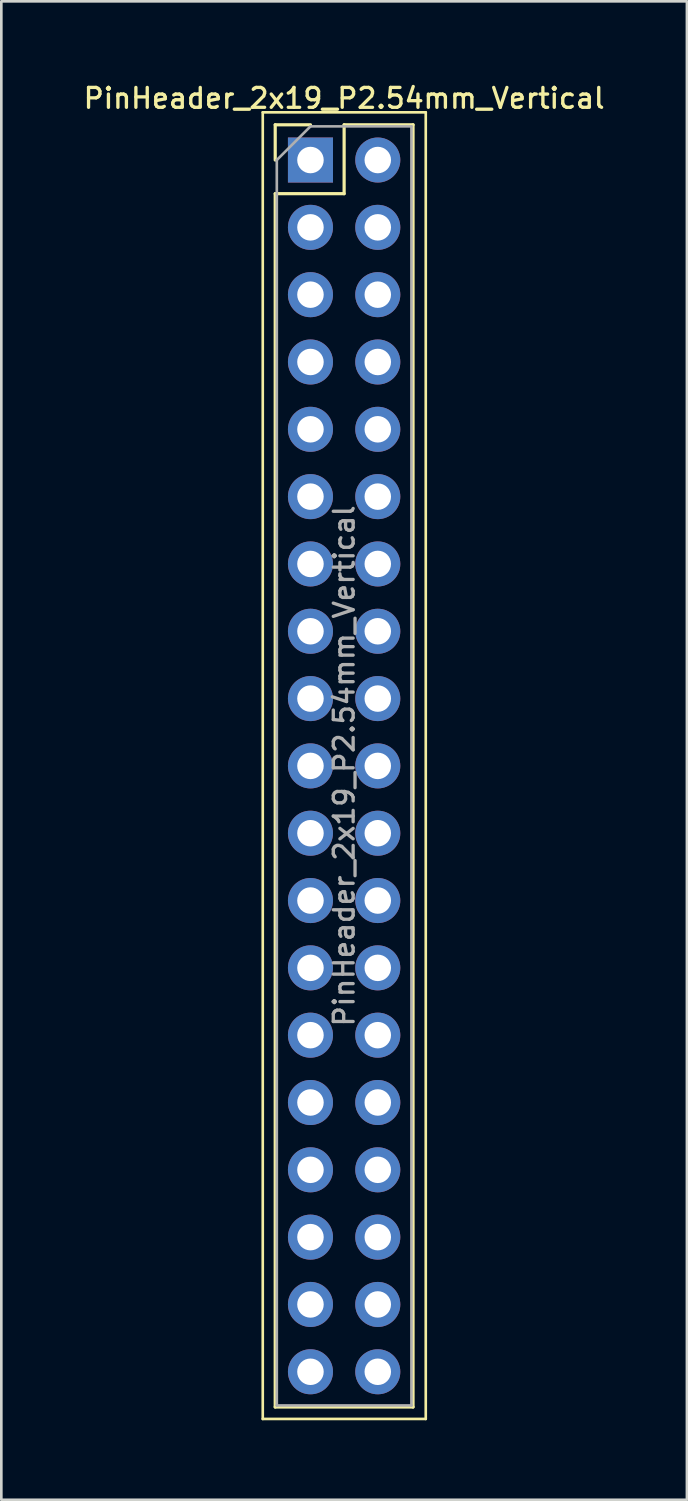
<source format=kicad_pcb>
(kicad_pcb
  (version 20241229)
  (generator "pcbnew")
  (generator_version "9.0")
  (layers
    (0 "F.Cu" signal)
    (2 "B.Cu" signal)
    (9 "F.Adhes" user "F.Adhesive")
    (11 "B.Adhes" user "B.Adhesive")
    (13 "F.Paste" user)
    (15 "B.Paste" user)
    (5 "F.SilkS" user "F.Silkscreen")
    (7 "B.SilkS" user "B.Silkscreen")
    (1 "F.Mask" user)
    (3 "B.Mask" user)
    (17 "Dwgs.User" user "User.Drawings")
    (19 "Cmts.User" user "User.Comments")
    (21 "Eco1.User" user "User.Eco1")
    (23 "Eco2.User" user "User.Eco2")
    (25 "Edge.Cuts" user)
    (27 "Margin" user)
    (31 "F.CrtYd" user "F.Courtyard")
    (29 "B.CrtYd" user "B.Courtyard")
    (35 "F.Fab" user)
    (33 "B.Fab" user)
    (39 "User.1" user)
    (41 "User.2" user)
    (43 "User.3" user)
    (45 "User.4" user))
  (footprint "PinHeader_2x19_P2.54mm_Vertical"
    (layer "F.Cu")
    (at 8.664 2.988)
    (property "Reference" "PinHeader_2x19_P2.54mm_Vertical" (at 1.27 -2.33 0) (layer "F.SilkS") (effects (font (size 0.75 0.75) (thickness 0.125))))
    (attr through_hole)
    (fp_line (start -1.8 -1.8) (end -1.8 47.5) (stroke (width 0.1) (type solid)) (layer "F.SilkS"))
    (fp_line (start -1.8 47.5) (end 4.35 47.5) (stroke (width 0.1) (type solid)) (layer "F.SilkS"))
    (fp_line (start -1.33 -1.33) (end 0 -1.33) (stroke (width 0.12) (type solid)) (layer "F.SilkS"))
    (fp_line (start -1.33 0) (end -1.33 -1.33) (stroke (width 0.12) (type solid)) (layer "F.SilkS"))
    (fp_line (start -1.33 1.27) (end -1.33 47.05) (stroke (width 0.12) (type solid)) (layer "F.SilkS"))
    (fp_line (start -1.33 1.27) (end 1.27 1.27) (stroke (width 0.12) (type solid)) (layer "F.SilkS"))
    (fp_line (start -1.33 47.05) (end 3.87 47.05) (stroke (width 0.12) (type solid)) (layer "F.SilkS"))
    (fp_line (start 1.27 -1.33) (end 3.87 -1.33) (stroke (width 0.12) (type solid)) (layer "F.SilkS"))
    (fp_line (start 1.27 1.27) (end 1.27 -1.33) (stroke (width 0.12) (type solid)) (layer "F.SilkS"))
    (fp_line (start 3.87 -1.33) (end 3.87 47.05) (stroke (width 0.12) (type solid)) (layer "F.SilkS"))
    (fp_line (start 4.35 -1.8) (end -1.8 -1.8) (stroke (width 0.1) (type solid)) (layer "F.SilkS"))
    (fp_line (start 4.35 47.5) (end 4.35 -1.8) (stroke (width 0.1) (type solid)) (layer "F.SilkS"))
    (fp_line (start -1.27 0) (end 0 -1.27) (stroke (width 0.1) (type solid)) (layer "F.Fab"))
    (fp_line (start -1.27 46.99) (end -1.27 0) (stroke (width 0.1) (type solid)) (layer "F.Fab"))
    (fp_line (start 0 -1.27) (end 3.81 -1.27) (stroke (width 0.1) (type solid)) (layer "F.Fab"))
    (fp_line (start 3.81 -1.27) (end 3.81 46.99) (stroke (width 0.1) (type solid)) (layer "F.Fab"))
    (fp_line (start 3.81 46.99) (end -1.27 46.99) (stroke (width 0.1) (type solid)) (layer "F.Fab"))
    (fp_text user "${REFERENCE}" (at 1.27 22.86 90) (layer "F.Fab") (effects (font (size 0.75 0.75) (thickness 0.125))))
    (pad "1" thru_hole rect (at 0 0) (size 1.7 1.7) (drill 1) (layers "*.Cu" "*.Mask"))
    (pad "2" thru_hole oval (at 2.54 0) (size 1.7 1.7) (drill 1) (layers "*.Cu" "*.Mask"))
    (pad "3" thru_hole oval (at 0 2.54) (size 1.7 1.7) (drill 1) (layers "*.Cu" "*.Mask"))
    (pad "4" thru_hole oval (at 2.54 2.54) (size 1.7 1.7) (drill 1) (layers "*.Cu" "*.Mask"))
    (pad "5" thru_hole oval (at 0 5.08) (size 1.7 1.7) (drill 1) (layers "*.Cu" "*.Mask"))
    (pad "6" thru_hole oval (at 2.54 5.08) (size 1.7 1.7) (drill 1) (layers "*.Cu" "*.Mask"))
    (pad "7" thru_hole oval (at 0 7.62) (size 1.7 1.7) (drill 1) (layers "*.Cu" "*.Mask"))
    (pad "8" thru_hole oval (at 2.54 7.62) (size 1.7 1.7) (drill 1) (layers "*.Cu" "*.Mask"))
    (pad "9" thru_hole oval (at 0 10.16) (size 1.7 1.7) (drill 1) (layers "*.Cu" "*.Mask"))
    (pad "10" thru_hole oval (at 2.54 10.16) (size 1.7 1.7) (drill 1) (layers "*.Cu" "*.Mask"))
    (pad "11" thru_hole oval (at 0 12.7) (size 1.7 1.7) (drill 1) (layers "*.Cu" "*.Mask"))
    (pad "12" thru_hole oval (at 2.54 12.7) (size 1.7 1.7) (drill 1) (layers "*.Cu" "*.Mask"))
    (pad "13" thru_hole oval (at 0 15.24) (size 1.7 1.7) (drill 1) (layers "*.Cu" "*.Mask"))
    (pad "14" thru_hole oval (at 2.54 15.24) (size 1.7 1.7) (drill 1) (layers "*.Cu" "*.Mask"))
    (pad "15" thru_hole oval (at 0 17.78) (size 1.7 1.7) (drill 1) (layers "*.Cu" "*.Mask"))
    (pad "16" thru_hole oval (at 2.54 17.78) (size 1.7 1.7) (drill 1) (layers "*.Cu" "*.Mask"))
    (pad "17" thru_hole oval (at 0 20.32) (size 1.7 1.7) (drill 1) (layers "*.Cu" "*.Mask"))
    (pad "18" thru_hole oval (at 2.54 20.32) (size 1.7 1.7) (drill 1) (layers "*.Cu" "*.Mask"))
    (pad "19" thru_hole oval (at 0 22.86) (size 1.7 1.7) (drill 1) (layers "*.Cu" "*.Mask"))
    (pad "20" thru_hole oval (at 2.54 22.86) (size 1.7 1.7) (drill 1) (layers "*.Cu" "*.Mask"))
    (pad "21" thru_hole oval (at 0 25.4) (size 1.7 1.7) (drill 1) (layers "*.Cu" "*.Mask"))
    (pad "22" thru_hole oval (at 2.54 25.4) (size 1.7 1.7) (drill 1) (layers "*.Cu" "*.Mask"))
    (pad "23" thru_hole oval (at 0 27.94) (size 1.7 1.7) (drill 1) (layers "*.Cu" "*.Mask"))
    (pad "24" thru_hole oval (at 2.54 27.94) (size 1.7 1.7) (drill 1) (layers "*.Cu" "*.Mask"))
    (pad "25" thru_hole oval (at 0 30.48) (size 1.7 1.7) (drill 1) (layers "*.Cu" "*.Mask"))
    (pad "26" thru_hole oval (at 2.54 30.48) (size 1.7 1.7) (drill 1) (layers "*.Cu" "*.Mask"))
    (pad "27" thru_hole oval (at 0 33.02) (size 1.7 1.7) (drill 1) (layers "*.Cu" "*.Mask"))
    (pad "28" thru_hole oval (at 2.54 33.02) (size 1.7 1.7) (drill 1) (layers "*.Cu" "*.Mask"))
    (pad "29" thru_hole oval (at 0 35.56) (size 1.7 1.7) (drill 1) (layers "*.Cu" "*.Mask"))
    (pad "30" thru_hole oval (at 2.54 35.56) (size 1.7 1.7) (drill 1) (layers "*.Cu" "*.Mask"))
    (pad "31" thru_hole oval (at 0 38.1) (size 1.7 1.7) (drill 1) (layers "*.Cu" "*.Mask"))
    (pad "32" thru_hole oval (at 2.54 38.1) (size 1.7 1.7) (drill 1) (layers "*.Cu" "*.Mask"))
    (pad "33" thru_hole oval (at 0 40.64) (size 1.7 1.7) (drill 1) (layers "*.Cu" "*.Mask"))
    (pad "34" thru_hole oval (at 2.54 40.64) (size 1.7 1.7) (drill 1) (layers "*.Cu" "*.Mask"))
    (pad "35" thru_hole oval (at 0 43.18) (size 1.7 1.7) (drill 1) (layers "*.Cu" "*.Mask"))
    (pad "36" thru_hole oval (at 2.54 43.18) (size 1.7 1.7) (drill 1) (layers "*.Cu" "*.Mask"))
    (pad "37" thru_hole oval (at 0 45.72) (size 1.7 1.7) (drill 1) (layers "*.Cu" "*.Mask"))
    (pad "38" thru_hole oval (at 2.54 45.72) (size 1.7 1.7) (drill 1) (layers "*.Cu" "*.Mask")))
  (gr_rect
    (start -3 -3)
    (end 22.868 53.538)
    (stroke (width 0.1) (type default))
    (fill no)
    (layer "Edge.Cuts")))
</source>
